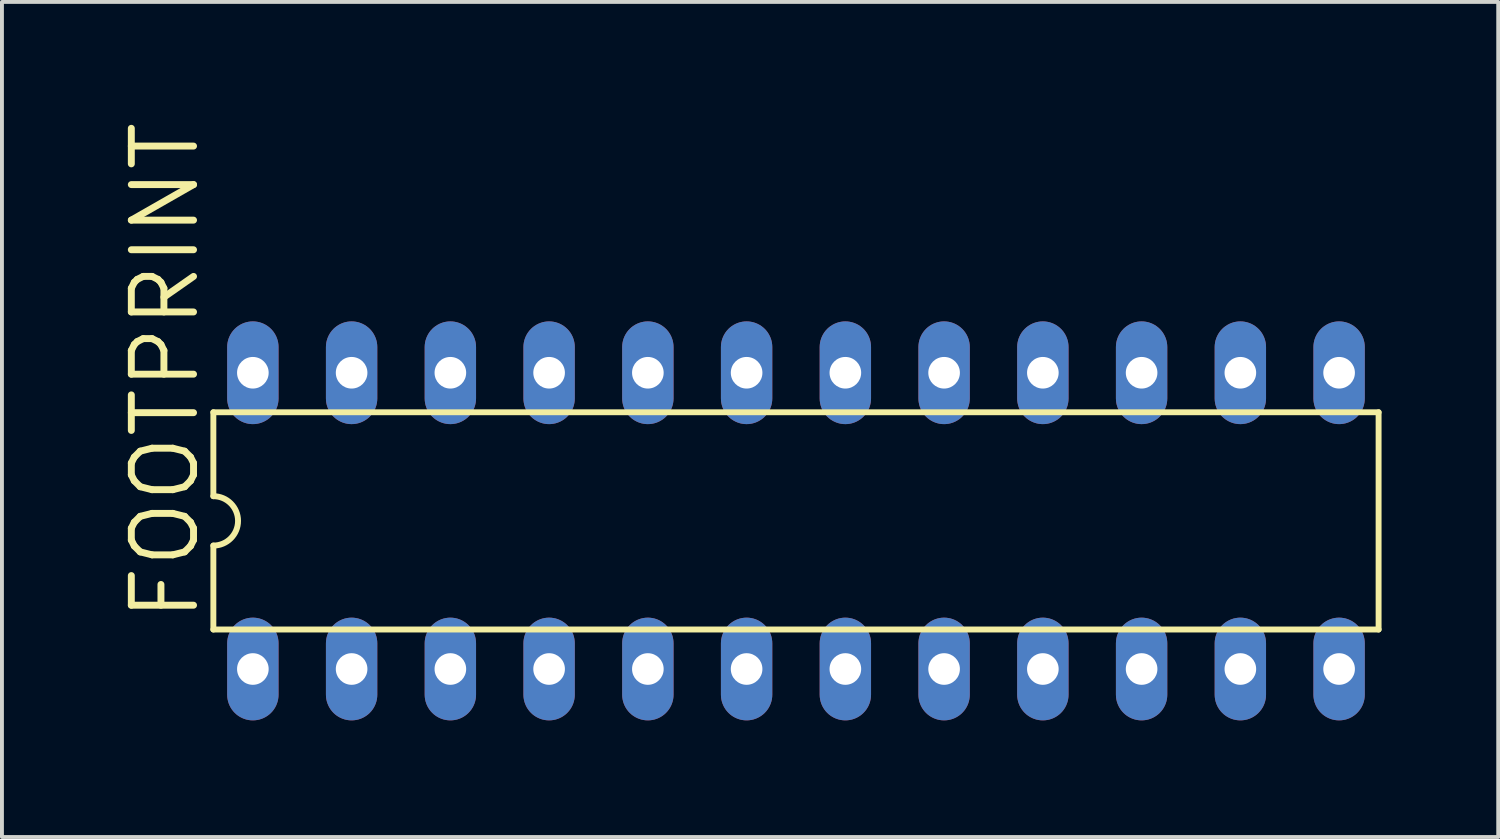
<source format=kicad_pcb>
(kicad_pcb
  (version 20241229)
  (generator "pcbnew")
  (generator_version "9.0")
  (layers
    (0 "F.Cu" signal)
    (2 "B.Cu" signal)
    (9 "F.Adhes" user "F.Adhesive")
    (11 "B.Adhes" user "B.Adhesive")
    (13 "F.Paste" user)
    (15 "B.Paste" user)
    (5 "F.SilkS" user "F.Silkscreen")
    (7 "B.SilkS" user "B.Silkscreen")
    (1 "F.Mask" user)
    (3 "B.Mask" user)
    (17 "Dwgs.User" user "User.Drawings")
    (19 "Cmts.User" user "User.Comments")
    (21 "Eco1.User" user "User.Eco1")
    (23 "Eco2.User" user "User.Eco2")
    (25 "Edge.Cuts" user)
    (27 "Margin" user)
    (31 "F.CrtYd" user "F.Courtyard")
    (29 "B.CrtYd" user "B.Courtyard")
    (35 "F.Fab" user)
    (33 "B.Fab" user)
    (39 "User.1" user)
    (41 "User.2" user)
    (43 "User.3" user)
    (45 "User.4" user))
  (footprint "FOOTPRINT"
    (layer "F.Cu")
    (at 17.424 10.348)
    (property "Reference" "FOOTPRINT" (at -15.291 2.667 90) (layer "F.SilkS") (effects (font (size 1.6 1.6) (thickness 0.178)) (justify left bottom)))
    (fp_line (start -14.986 -2.794) (end -14.986 -0.635) (stroke (width 0.152) (type solid)) (layer "F.SilkS"))
    (fp_line (start -14.986 -2.794) (end 14.986 -2.794) (stroke (width 0.152) (type solid)) (layer "F.SilkS"))
    (fp_line (start -14.986 0.635) (end -14.986 2.794) (stroke (width 0.152) (type solid)) (layer "F.SilkS"))
    (fp_line (start -14.986 2.794) (end 14.986 2.794) (stroke (width 0.152) (type solid)) (layer "F.SilkS"))
    (fp_line (start 14.986 2.794) (end 14.986 -2.794) (stroke (width 0.152) (type solid)) (layer "F.SilkS"))
    (fp_arc (start -14.986 -0.635) (mid -14.351 0) (end -14.986 0.635) (stroke (width 0.1524) (type solid)) (layer "F.SilkS"))
    (pad "1" thru_hole oval (at -13.97 3.81 90) (size 2.642 1.321) (drill 0.813) (layers "*.Cu" "*.Mask"))
    (pad "2" thru_hole oval (at -11.43 3.81 90) (size 2.642 1.321) (drill 0.813) (layers "*.Cu" "*.Mask"))
    (pad "3" thru_hole oval (at -8.89 3.81 90) (size 2.642 1.321) (drill 0.813) (layers "*.Cu" "*.Mask"))
    (pad "4" thru_hole oval (at -6.35 3.81 90) (size 2.642 1.321) (drill 0.813) (layers "*.Cu" "*.Mask"))
    (pad "5" thru_hole oval (at -3.81 3.81 90) (size 2.642 1.321) (drill 0.813) (layers "*.Cu" "*.Mask"))
    (pad "6" thru_hole oval (at -1.27 3.81 90) (size 2.642 1.321) (drill 0.813) (layers "*.Cu" "*.Mask"))
    (pad "7" thru_hole oval (at 1.27 3.81 90) (size 2.642 1.321) (drill 0.813) (layers "*.Cu" "*.Mask"))
    (pad "8" thru_hole oval (at 3.81 3.81 90) (size 2.642 1.321) (drill 0.813) (layers "*.Cu" "*.Mask"))
    (pad "9" thru_hole oval (at 6.35 3.81 90) (size 2.642 1.321) (drill 0.813) (layers "*.Cu" "*.Mask"))
    (pad "10" thru_hole oval (at 8.89 3.81 90) (size 2.642 1.321) (drill 0.813) (layers "*.Cu" "*.Mask"))
    (pad "11" thru_hole oval (at 11.43 3.81 90) (size 2.642 1.321) (drill 0.813) (layers "*.Cu" "*.Mask"))
    (pad "12" thru_hole oval (at 13.97 3.81 90) (size 2.642 1.321) (drill 0.813) (layers "*.Cu" "*.Mask"))
    (pad "13" thru_hole oval (at 13.97 -3.81 90) (size 2.642 1.321) (drill 0.813) (layers "*.Cu" "*.Mask"))
    (pad "14" thru_hole oval (at 11.43 -3.81 90) (size 2.642 1.321) (drill 0.813) (layers "*.Cu" "*.Mask"))
    (pad "15" thru_hole oval (at 8.89 -3.81 90) (size 2.642 1.321) (drill 0.813) (layers "*.Cu" "*.Mask"))
    (pad "16" thru_hole oval (at 6.35 -3.81 90) (size 2.642 1.321) (drill 0.813) (layers "*.Cu" "*.Mask"))
    (pad "17" thru_hole oval (at 3.81 -3.81 90) (size 2.642 1.321) (drill 0.813) (layers "*.Cu" "*.Mask"))
    (pad "18" thru_hole oval (at 1.27 -3.81 90) (size 2.642 1.321) (drill 0.813) (layers "*.Cu" "*.Mask"))
    (pad "19" thru_hole oval (at -1.27 -3.81 90) (size 2.642 1.321) (drill 0.813) (layers "*.Cu" "*.Mask"))
    (pad "20" thru_hole oval (at -3.81 -3.81 90) (size 2.642 1.321) (drill 0.813) (layers "*.Cu" "*.Mask"))
    (pad "21" thru_hole oval (at -6.35 -3.81 90) (size 2.642 1.321) (drill 0.813) (layers "*.Cu" "*.Mask"))
    (pad "22" thru_hole oval (at -8.89 -3.81 90) (size 2.642 1.321) (drill 0.813) (layers "*.Cu" "*.Mask"))
    (pad "23" thru_hole oval (at -11.43 -3.81 90) (size 2.642 1.321) (drill 0.813) (layers "*.Cu" "*.Mask"))
    (pad "24" thru_hole oval (at -13.97 -3.81 90) (size 2.642 1.321) (drill 0.813) (layers "*.Cu" "*.Mask")))
  (gr_rect
    (start -3 -3)
    (end 35.487 18.479)
    (stroke (width 0.1) (type default))
    (fill no)
    (layer "Edge.Cuts")))
</source>
